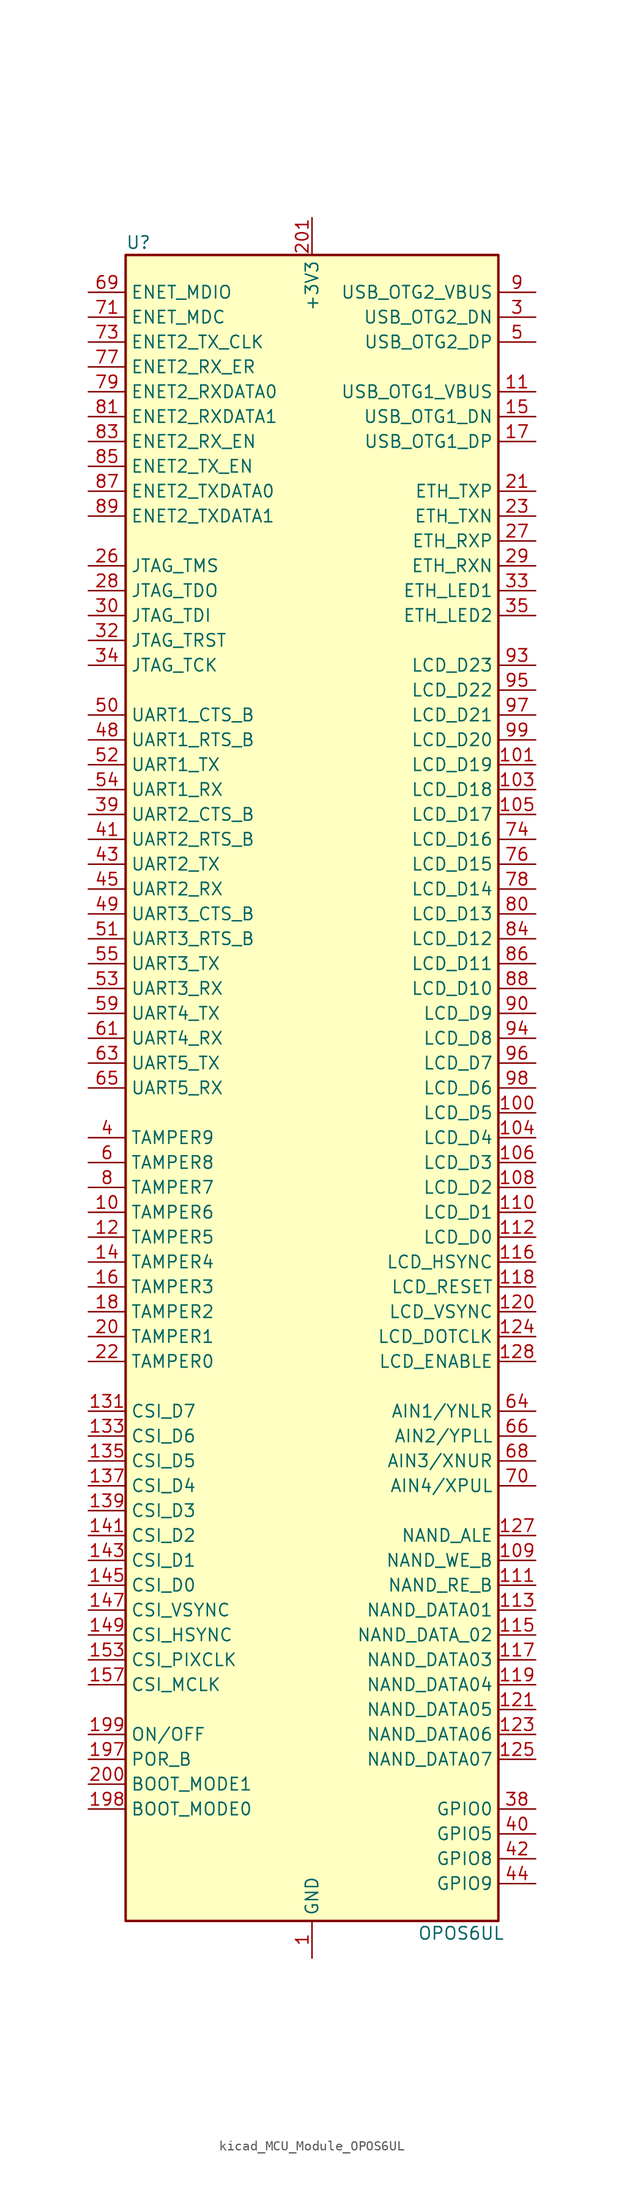
<source format=kicad_sym>
(kicad_symbol_lib
  (version 20220914)
  (generator kicad_symbol_editor)
  (symbol "kicad_MCU_Module_OPOS6UL"
    (property "Reference" "U"
      (at -19.05 86.36 0)
      (effects (font (size 1.27 1.27)) (justify left)))
    (property "Value" "OPOS6UL"
      (at 15.24 -86.36 0)
      (effects (font (size 1.27 1.27))))
    (symbol "kicad_MCU_Module_OPOS6UL_1_1"
      (rectangle (start -19.05 85.09) (end 19.05 -85.09) (stroke (width 0.254) (type default)) (fill (type background)))
      (pin power_in line (at 0 -88.9 90) (length 3.81) (name "GND" (effects (font (size 1.27 1.27)))) (number "1" (effects (font (size 1.27 1.27)))))
      (pin bidirectional line (at -22.86 -12.7 0) (length 3.81) (name "TAMPER6" (effects (font (size 1.27 1.27)))) (number "10" (effects (font (size 1.27 1.27)))))
      (pin bidirectional line (at 22.86 -2.54 180) (length 3.81) (name "LCD_D5" (effects (font (size 1.27 1.27)))) (number "100" (effects (font (size 1.27 1.27)))))
      (pin bidirectional line (at 22.86 33.02 180) (length 3.81) (name "LCD_D19" (effects (font (size 1.27 1.27)))) (number "101" (effects (font (size 1.27 1.27)))))
      (pin passive line (at 0 -88.9 90) (length 3.81) hide (name "GND" (effects (font (size 1.27 1.27)))) (number "102" (effects (font (size 1.27 1.27)))))
      (pin bidirectional line (at 22.86 30.48 180) (length 3.81) (name "LCD_D18" (effects (font (size 1.27 1.27)))) (number "103" (effects (font (size 1.27 1.27)))))
      (pin bidirectional line (at 22.86 -5.08 180) (length 3.81) (name "LCD_D4" (effects (font (size 1.27 1.27)))) (number "104" (effects (font (size 1.27 1.27)))))
      (pin bidirectional line (at 22.86 27.94 180) (length 3.81) (name "LCD_D17" (effects (font (size 1.27 1.27)))) (number "105" (effects (font (size 1.27 1.27)))))
      (pin bidirectional line (at 22.86 -7.62 180) (length 3.81) (name "LCD_D3" (effects (font (size 1.27 1.27)))) (number "106" (effects (font (size 1.27 1.27)))))
      (pin passive line (at 0 -88.9 90) (length 3.81) hide (name "GND" (effects (font (size 1.27 1.27)))) (number "107" (effects (font (size 1.27 1.27)))))
      (pin bidirectional line (at 22.86 -10.16 180) (length 3.81) (name "LCD_D2" (effects (font (size 1.27 1.27)))) (number "108" (effects (font (size 1.27 1.27)))))
      (pin bidirectional line (at 22.86 -48.26 180) (length 3.81) (name "NAND_WE_B" (effects (font (size 1.27 1.27)))) (number "109" (effects (font (size 1.27 1.27)))))
      (pin power_in line (at 22.86 71.12 180) (length 3.81) (name "USB_OTG1_VBUS" (effects (font (size 1.27 1.27)))) (number "11" (effects (font (size 1.27 1.27)))))
      (pin bidirectional line (at 22.86 -12.7 180) (length 3.81) (name "LCD_D1" (effects (font (size 1.27 1.27)))) (number "110" (effects (font (size 1.27 1.27)))))
      (pin bidirectional line (at 22.86 -50.8 180) (length 3.81) (name "NAND_RE_B" (effects (font (size 1.27 1.27)))) (number "111" (effects (font (size 1.27 1.27)))))
      (pin bidirectional line (at 22.86 -15.24 180) (length 3.81) (name "LCD_D0" (effects (font (size 1.27 1.27)))) (number "112" (effects (font (size 1.27 1.27)))))
      (pin bidirectional line (at 22.86 -53.34 180) (length 3.81) (name "NAND_DATA01" (effects (font (size 1.27 1.27)))) (number "113" (effects (font (size 1.27 1.27)))))
      (pin passive line (at 0 -88.9 90) (length 3.81) hide (name "GND" (effects (font (size 1.27 1.27)))) (number "114" (effects (font (size 1.27 1.27)))))
      (pin bidirectional line (at 22.86 -55.88 180) (length 3.81) (name "NAND_DATA_02" (effects (font (size 1.27 1.27)))) (number "115" (effects (font (size 1.27 1.27)))))
      (pin bidirectional line (at 22.86 -17.78 180) (length 3.81) (name "LCD_HSYNC" (effects (font (size 1.27 1.27)))) (number "116" (effects (font (size 1.27 1.27)))))
      (pin bidirectional line (at 22.86 -58.42 180) (length 3.81) (name "NAND_DATA03" (effects (font (size 1.27 1.27)))) (number "117" (effects (font (size 1.27 1.27)))))
      (pin bidirectional line (at 22.86 -20.32 180) (length 3.81) (name "LCD_RESET" (effects (font (size 1.27 1.27)))) (number "118" (effects (font (size 1.27 1.27)))))
      (pin bidirectional line (at 22.86 -60.96 180) (length 3.81) (name "NAND_DATA04" (effects (font (size 1.27 1.27)))) (number "119" (effects (font (size 1.27 1.27)))))
      (pin bidirectional line (at -22.86 -15.24 0) (length 3.81) (name "TAMPER5" (effects (font (size 1.27 1.27)))) (number "12" (effects (font (size 1.27 1.27)))))
      (pin bidirectional line (at 22.86 -22.86 180) (length 3.81) (name "LCD_VSYNC" (effects (font (size 1.27 1.27)))) (number "120" (effects (font (size 1.27 1.27)))))
      (pin bidirectional line (at 22.86 -63.5 180) (length 3.81) (name "NAND_DATA05" (effects (font (size 1.27 1.27)))) (number "121" (effects (font (size 1.27 1.27)))))
      (pin passive line (at 0 -88.9 90) (length 3.81) hide (name "GND" (effects (font (size 1.27 1.27)))) (number "122" (effects (font (size 1.27 1.27)))))
      (pin bidirectional line (at 22.86 -66.04 180) (length 3.81) (name "NAND_DATA06" (effects (font (size 1.27 1.27)))) (number "123" (effects (font (size 1.27 1.27)))))
      (pin bidirectional line (at 22.86 -25.4 180) (length 3.81) (name "LCD_DOTCLK" (effects (font (size 1.27 1.27)))) (number "124" (effects (font (size 1.27 1.27)))))
      (pin bidirectional line (at 22.86 -68.58 180) (length 3.81) (name "NAND_DATA07" (effects (font (size 1.27 1.27)))) (number "125" (effects (font (size 1.27 1.27)))))
      (pin passive line (at 0 -88.9 90) (length 3.81) hide (name "GND" (effects (font (size 1.27 1.27)))) (number "126" (effects (font (size 1.27 1.27)))))
      (pin bidirectional line (at 22.86 -45.72 180) (length 3.81) (name "NAND_ALE" (effects (font (size 1.27 1.27)))) (number "127" (effects (font (size 1.27 1.27)))))
      (pin bidirectional line (at 22.86 -27.94 180) (length 3.81) (name "LCD_ENABLE" (effects (font (size 1.27 1.27)))) (number "128" (effects (font (size 1.27 1.27)))))
      (pin passive line (at 0 -88.9 90) (length 3.81) hide (name "GND" (effects (font (size 1.27 1.27)))) (number "129" (effects (font (size 1.27 1.27)))))
      (pin passive line (at 0 -88.9 90) (length 3.81) hide (name "GND" (effects (font (size 1.27 1.27)))) (number "13" (effects (font (size 1.27 1.27)))))
      (pin no_connect line (at 0 17.78 0) (length 3.81) hide (name "NC" (effects (font (size 1.27 1.27)))) (number "130" (effects (font (size 1.27 1.27)))))
      (pin bidirectional line (at -22.86 -33.02 0) (length 3.81) (name "CSI_D7" (effects (font (size 1.27 1.27)))) (number "131" (effects (font (size 1.27 1.27)))))
      (pin no_connect line (at 0 15.24 0) (length 3.81) hide (name "NC" (effects (font (size 1.27 1.27)))) (number "132" (effects (font (size 1.27 1.27)))))
      (pin bidirectional line (at -22.86 -35.56 0) (length 3.81) (name "CSI_D6" (effects (font (size 1.27 1.27)))) (number "133" (effects (font (size 1.27 1.27)))))
      (pin no_connect line (at 0 12.7 0) (length 3.81) hide (name "NC" (effects (font (size 1.27 1.27)))) (number "134" (effects (font (size 1.27 1.27)))))
      (pin bidirectional line (at -22.86 -38.1 0) (length 3.81) (name "CSI_D5" (effects (font (size 1.27 1.27)))) (number "135" (effects (font (size 1.27 1.27)))))
      (pin no_connect line (at 0 10.16 0) (length 3.81) hide (name "NC" (effects (font (size 1.27 1.27)))) (number "136" (effects (font (size 1.27 1.27)))))
      (pin bidirectional line (at -22.86 -40.64 0) (length 3.81) (name "CSI_D4" (effects (font (size 1.27 1.27)))) (number "137" (effects (font (size 1.27 1.27)))))
      (pin no_connect line (at 0 7.62 0) (length 3.81) hide (name "NC" (effects (font (size 1.27 1.27)))) (number "138" (effects (font (size 1.27 1.27)))))
      (pin bidirectional line (at -22.86 -43.18 0) (length 3.81) (name "CSI_D3" (effects (font (size 1.27 1.27)))) (number "139" (effects (font (size 1.27 1.27)))))
      (pin bidirectional line (at -22.86 -17.78 0) (length 3.81) (name "TAMPER4" (effects (font (size 1.27 1.27)))) (number "14" (effects (font (size 1.27 1.27)))))
      (pin no_connect line (at 0 5.08 0) (length 3.81) hide (name "NC" (effects (font (size 1.27 1.27)))) (number "140" (effects (font (size 1.27 1.27)))))
      (pin bidirectional line (at -22.86 -45.72 0) (length 3.81) (name "CSI_D2" (effects (font (size 1.27 1.27)))) (number "141" (effects (font (size 1.27 1.27)))))
      (pin no_connect line (at 0 2.54 0) (length 3.81) hide (name "NC" (effects (font (size 1.27 1.27)))) (number "142" (effects (font (size 1.27 1.27)))))
      (pin bidirectional line (at -22.86 -48.26 0) (length 3.81) (name "CSI_D1" (effects (font (size 1.27 1.27)))) (number "143" (effects (font (size 1.27 1.27)))))
      (pin no_connect line (at 0 0 0) (length 3.81) hide (name "NC" (effects (font (size 1.27 1.27)))) (number "144" (effects (font (size 1.27 1.27)))))
      (pin bidirectional line (at -22.86 -50.8 0) (length 3.81) (name "CSI_D0" (effects (font (size 1.27 1.27)))) (number "145" (effects (font (size 1.27 1.27)))))
      (pin no_connect line (at 0 -2.54 0) (length 3.81) hide (name "NC" (effects (font (size 1.27 1.27)))) (number "146" (effects (font (size 1.27 1.27)))))
      (pin bidirectional line (at -22.86 -53.34 0) (length 3.81) (name "CSI_VSYNC" (effects (font (size 1.27 1.27)))) (number "147" (effects (font (size 1.27 1.27)))))
      (pin no_connect line (at 0 -5.08 0) (length 3.81) hide (name "NC" (effects (font (size 1.27 1.27)))) (number "148" (effects (font (size 1.27 1.27)))))
      (pin bidirectional line (at -22.86 -55.88 0) (length 3.81) (name "CSI_HSYNC" (effects (font (size 1.27 1.27)))) (number "149" (effects (font (size 1.27 1.27)))))
      (pin bidirectional line (at 22.86 68.58 180) (length 3.81) (name "USB_OTG1_DN" (effects (font (size 1.27 1.27)))) (number "15" (effects (font (size 1.27 1.27)))))
      (pin no_connect line (at 0 -7.62 0) (length 3.81) hide (name "NC" (effects (font (size 1.27 1.27)))) (number "150" (effects (font (size 1.27 1.27)))))
      (pin passive line (at 0 -88.9 90) (length 3.81) hide (name "GND" (effects (font (size 1.27 1.27)))) (number "151" (effects (font (size 1.27 1.27)))))
      (pin no_connect line (at 0 -10.16 0) (length 3.81) hide (name "NC" (effects (font (size 1.27 1.27)))) (number "152" (effects (font (size 1.27 1.27)))))
      (pin bidirectional line (at -22.86 -58.42 0) (length 3.81) (name "CSI_PIXCLK" (effects (font (size 1.27 1.27)))) (number "153" (effects (font (size 1.27 1.27)))))
      (pin no_connect line (at 0 -12.7 0) (length 3.81) hide (name "NC" (effects (font (size 1.27 1.27)))) (number "154" (effects (font (size 1.27 1.27)))))
      (pin passive line (at 0 -88.9 90) (length 3.81) hide (name "GND" (effects (font (size 1.27 1.27)))) (number "155" (effects (font (size 1.27 1.27)))))
      (pin no_connect line (at 0 -15.24 0) (length 3.81) hide (name "NC" (effects (font (size 1.27 1.27)))) (number "156" (effects (font (size 1.27 1.27)))))
      (pin bidirectional line (at -22.86 -60.96 0) (length 3.81) (name "CSI_MCLK" (effects (font (size 1.27 1.27)))) (number "157" (effects (font (size 1.27 1.27)))))
      (pin no_connect line (at 0 -17.78 0) (length 3.81) hide (name "NC" (effects (font (size 1.27 1.27)))) (number "158" (effects (font (size 1.27 1.27)))))
      (pin passive line (at 0 -88.9 90) (length 3.81) hide (name "GND" (effects (font (size 1.27 1.27)))) (number "159" (effects (font (size 1.27 1.27)))))
      (pin bidirectional line (at -22.86 -20.32 0) (length 3.81) (name "TAMPER3" (effects (font (size 1.27 1.27)))) (number "16" (effects (font (size 1.27 1.27)))))
      (pin no_connect line (at 0 -20.32 0) (length 3.81) hide (name "NC" (effects (font (size 1.27 1.27)))) (number "160" (effects (font (size 1.27 1.27)))))
      (pin no_connect line (at 0 68.58 0) (length 3.81) hide (name "NC" (effects (font (size 1.27 1.27)))) (number "161" (effects (font (size 1.27 1.27)))))
      (pin no_connect line (at 0 -22.86 0) (length 3.81) hide (name "NC" (effects (font (size 1.27 1.27)))) (number "162" (effects (font (size 1.27 1.27)))))
      (pin no_connect line (at 0 66.04 0) (length 3.81) hide (name "NC" (effects (font (size 1.27 1.27)))) (number "163" (effects (font (size 1.27 1.27)))))
      (pin no_connect line (at 0 -25.4 0) (length 3.81) hide (name "NC" (effects (font (size 1.27 1.27)))) (number "164" (effects (font (size 1.27 1.27)))))
      (pin no_connect line (at 0 63.5 0) (length 3.81) hide (name "NC" (effects (font (size 1.27 1.27)))) (number "165" (effects (font (size 1.27 1.27)))))
      (pin no_connect line (at 0 -27.94 0) (length 3.81) hide (name "NC" (effects (font (size 1.27 1.27)))) (number "166" (effects (font (size 1.27 1.27)))))
      (pin no_connect line (at 0 60.96 0) (length 3.81) hide (name "NC" (effects (font (size 1.27 1.27)))) (number "167" (effects (font (size 1.27 1.27)))))
      (pin no_connect line (at 0 -30.48 0) (length 3.81) hide (name "NC" (effects (font (size 1.27 1.27)))) (number "168" (effects (font (size 1.27 1.27)))))
      (pin no_connect line (at 0 58.42 0) (length 3.81) hide (name "NC" (effects (font (size 1.27 1.27)))) (number "169" (effects (font (size 1.27 1.27)))))
      (pin bidirectional line (at 22.86 66.04 180) (length 3.81) (name "USB_OTG1_DP" (effects (font (size 1.27 1.27)))) (number "17" (effects (font (size 1.27 1.27)))))
      (pin no_connect line (at 0 -33.02 0) (length 3.81) hide (name "NC" (effects (font (size 1.27 1.27)))) (number "170" (effects (font (size 1.27 1.27)))))
      (pin no_connect line (at 0 55.88 0) (length 3.81) hide (name "NC" (effects (font (size 1.27 1.27)))) (number "171" (effects (font (size 1.27 1.27)))))
      (pin no_connect line (at 0 -35.56 0) (length 3.81) hide (name "NC" (effects (font (size 1.27 1.27)))) (number "172" (effects (font (size 1.27 1.27)))))
      (pin no_connect line (at 0 53.34 0) (length 3.81) hide (name "NC" (effects (font (size 1.27 1.27)))) (number "173" (effects (font (size 1.27 1.27)))))
      (pin no_connect line (at 0 -38.1 0) (length 3.81) hide (name "NC" (effects (font (size 1.27 1.27)))) (number "174" (effects (font (size 1.27 1.27)))))
      (pin no_connect line (at 0 50.8 0) (length 3.81) hide (name "NC" (effects (font (size 1.27 1.27)))) (number "175" (effects (font (size 1.27 1.27)))))
      (pin no_connect line (at 0 -40.64 0) (length 3.81) hide (name "NC" (effects (font (size 1.27 1.27)))) (number "176" (effects (font (size 1.27 1.27)))))
      (pin no_connect line (at 0 48.26 0) (length 3.81) hide (name "NC" (effects (font (size 1.27 1.27)))) (number "177" (effects (font (size 1.27 1.27)))))
      (pin no_connect line (at 0 -43.18 0) (length 3.81) hide (name "NC" (effects (font (size 1.27 1.27)))) (number "178" (effects (font (size 1.27 1.27)))))
      (pin no_connect line (at 0 45.72 0) (length 3.81) hide (name "NC" (effects (font (size 1.27 1.27)))) (number "179" (effects (font (size 1.27 1.27)))))
      (pin bidirectional line (at -22.86 -22.86 0) (length 3.81) (name "TAMPER2" (effects (font (size 1.27 1.27)))) (number "18" (effects (font (size 1.27 1.27)))))
      (pin no_connect line (at 0 -45.72 0) (length 3.81) hide (name "NC" (effects (font (size 1.27 1.27)))) (number "180" (effects (font (size 1.27 1.27)))))
      (pin no_connect line (at 0 43.18 0) (length 3.81) hide (name "NC" (effects (font (size 1.27 1.27)))) (number "181" (effects (font (size 1.27 1.27)))))
      (pin no_connect line (at 0 -48.26 0) (length 3.81) hide (name "NC" (effects (font (size 1.27 1.27)))) (number "182" (effects (font (size 1.27 1.27)))))
      (pin no_connect line (at 0 40.64 0) (length 3.81) hide (name "NC" (effects (font (size 1.27 1.27)))) (number "183" (effects (font (size 1.27 1.27)))))
      (pin no_connect line (at 0 -50.8 0) (length 3.81) hide (name "NC" (effects (font (size 1.27 1.27)))) (number "184" (effects (font (size 1.27 1.27)))))
      (pin no_connect line (at 0 38.1 0) (length 3.81) hide (name "NC" (effects (font (size 1.27 1.27)))) (number "185" (effects (font (size 1.27 1.27)))))
      (pin no_connect line (at 0 -53.34 0) (length 3.81) hide (name "NC" (effects (font (size 1.27 1.27)))) (number "186" (effects (font (size 1.27 1.27)))))
      (pin no_connect line (at 0 35.56 0) (length 3.81) hide (name "NC" (effects (font (size 1.27 1.27)))) (number "187" (effects (font (size 1.27 1.27)))))
      (pin no_connect line (at 0 -55.88 0) (length 3.81) hide (name "NC" (effects (font (size 1.27 1.27)))) (number "188" (effects (font (size 1.27 1.27)))))
      (pin no_connect line (at 0 33.02 0) (length 3.81) hide (name "NC" (effects (font (size 1.27 1.27)))) (number "189" (effects (font (size 1.27 1.27)))))
      (pin passive line (at 0 -88.9 90) (length 3.81) hide (name "GND" (effects (font (size 1.27 1.27)))) (number "19" (effects (font (size 1.27 1.27)))))
      (pin no_connect line (at 0 -58.42 0) (length 3.81) hide (name "NC" (effects (font (size 1.27 1.27)))) (number "190" (effects (font (size 1.27 1.27)))))
      (pin no_connect line (at 0 30.48 0) (length 3.81) hide (name "NC" (effects (font (size 1.27 1.27)))) (number "191" (effects (font (size 1.27 1.27)))))
      (pin no_connect line (at 0 -60.96 0) (length 3.81) hide (name "NC" (effects (font (size 1.27 1.27)))) (number "192" (effects (font (size 1.27 1.27)))))
      (pin no_connect line (at 0 27.94 0) (length 3.81) hide (name "NC" (effects (font (size 1.27 1.27)))) (number "193" (effects (font (size 1.27 1.27)))))
      (pin no_connect line (at 0 -63.5 0) (length 3.81) hide (name "NC" (effects (font (size 1.27 1.27)))) (number "194" (effects (font (size 1.27 1.27)))))
      (pin no_connect line (at 0 25.4 0) (length 3.81) hide (name "NC" (effects (font (size 1.27 1.27)))) (number "195" (effects (font (size 1.27 1.27)))))
      (pin no_connect line (at 0 -66.04 0) (length 3.81) hide (name "NC" (effects (font (size 1.27 1.27)))) (number "196" (effects (font (size 1.27 1.27)))))
      (pin input line (at -22.86 -68.58 0) (length 3.81) (name "POR_B" (effects (font (size 1.27 1.27)))) (number "197" (effects (font (size 1.27 1.27)))))
      (pin input line (at -22.86 -73.66 0) (length 3.81) (name "BOOT_MODE0" (effects (font (size 1.27 1.27)))) (number "198" (effects (font (size 1.27 1.27)))))
      (pin input line (at -22.86 -66.04 0) (length 3.81) (name "ON/OFF" (effects (font (size 1.27 1.27)))) (number "199" (effects (font (size 1.27 1.27)))))
      (pin passive line (at 0 -88.9 90) (length 3.81) hide (name "GND" (effects (font (size 1.27 1.27)))) (number "2" (effects (font (size 1.27 1.27)))))
      (pin bidirectional line (at -22.86 -25.4 0) (length 3.81) (name "TAMPER1" (effects (font (size 1.27 1.27)))) (number "20" (effects (font (size 1.27 1.27)))))
      (pin input line (at -22.86 -71.12 0) (length 3.81) (name "BOOT_MODE1" (effects (font (size 1.27 1.27)))) (number "200" (effects (font (size 1.27 1.27)))))
      (pin power_in line (at 0 88.9 270) (length 3.81) (name "+3V3" (effects (font (size 1.27 1.27)))) (number "201" (effects (font (size 1.27 1.27)))))
      (pin passive line (at 0 88.9 270) (length 3.81) hide (name "+3V3" (effects (font (size 1.27 1.27)))) (number "202" (effects (font (size 1.27 1.27)))))
      (pin passive line (at 0 88.9 270) (length 3.81) hide (name "+3V3" (effects (font (size 1.27 1.27)))) (number "203" (effects (font (size 1.27 1.27)))))
      (pin passive line (at 0 88.9 270) (length 3.81) hide (name "+3V3" (effects (font (size 1.27 1.27)))) (number "204" (effects (font (size 1.27 1.27)))))
      (pin bidirectional line (at 22.86 60.96 180) (length 3.81) (name "ETH_TXP" (effects (font (size 1.27 1.27)))) (number "21" (effects (font (size 1.27 1.27)))))
      (pin bidirectional line (at -22.86 -27.94 0) (length 3.81) (name "TAMPER0" (effects (font (size 1.27 1.27)))) (number "22" (effects (font (size 1.27 1.27)))))
      (pin bidirectional line (at 22.86 58.42 180) (length 3.81) (name "ETH_TXN" (effects (font (size 1.27 1.27)))) (number "23" (effects (font (size 1.27 1.27)))))
      (pin passive line (at 0 -88.9 90) (length 3.81) hide (name "GND" (effects (font (size 1.27 1.27)))) (number "24" (effects (font (size 1.27 1.27)))))
      (pin passive line (at 0 -88.9 90) (length 3.81) hide (name "GND" (effects (font (size 1.27 1.27)))) (number "25" (effects (font (size 1.27 1.27)))))
      (pin bidirectional line (at -22.86 53.34 0) (length 3.81) (name "JTAG_TMS" (effects (font (size 1.27 1.27)))) (number "26" (effects (font (size 1.27 1.27)))))
      (pin bidirectional line (at 22.86 55.88 180) (length 3.81) (name "ETH_RXP" (effects (font (size 1.27 1.27)))) (number "27" (effects (font (size 1.27 1.27)))))
      (pin bidirectional line (at -22.86 50.8 0) (length 3.81) (name "JTAG_TDO" (effects (font (size 1.27 1.27)))) (number "28" (effects (font (size 1.27 1.27)))))
      (pin bidirectional line (at 22.86 53.34 180) (length 3.81) (name "ETH_RXN" (effects (font (size 1.27 1.27)))) (number "29" (effects (font (size 1.27 1.27)))))
      (pin bidirectional line (at 22.86 78.74 180) (length 3.81) (name "USB_OTG2_DN" (effects (font (size 1.27 1.27)))) (number "3" (effects (font (size 1.27 1.27)))))
      (pin bidirectional line (at -22.86 48.26 0) (length 3.81) (name "JTAG_TDI" (effects (font (size 1.27 1.27)))) (number "30" (effects (font (size 1.27 1.27)))))
      (pin passive line (at 0 -88.9 90) (length 3.81) hide (name "GND" (effects (font (size 1.27 1.27)))) (number "31" (effects (font (size 1.27 1.27)))))
      (pin bidirectional line (at -22.86 45.72 0) (length 3.81) (name "JTAG_TRST" (effects (font (size 1.27 1.27)))) (number "32" (effects (font (size 1.27 1.27)))))
      (pin output line (at 22.86 50.8 180) (length 3.81) (name "ETH_LED1" (effects (font (size 1.27 1.27)))) (number "33" (effects (font (size 1.27 1.27)))))
      (pin bidirectional line (at -22.86 43.18 0) (length 3.81) (name "JTAG_TCK" (effects (font (size 1.27 1.27)))) (number "34" (effects (font (size 1.27 1.27)))))
      (pin output line (at 22.86 48.26 180) (length 3.81) (name "ETH_LED2" (effects (font (size 1.27 1.27)))) (number "35" (effects (font (size 1.27 1.27)))))
      (pin passive line (at 0 -88.9 90) (length 3.81) hide (name "GND" (effects (font (size 1.27 1.27)))) (number "36" (effects (font (size 1.27 1.27)))))
      (pin passive line (at 0 -88.9 90) (length 3.81) hide (name "GND" (effects (font (size 1.27 1.27)))) (number "37" (effects (font (size 1.27 1.27)))))
      (pin bidirectional line (at 22.86 -73.66 180) (length 3.81) (name "GPIO0" (effects (font (size 1.27 1.27)))) (number "38" (effects (font (size 1.27 1.27)))))
      (pin bidirectional line (at -22.86 27.94 0) (length 3.81) (name "UART2_CTS_B" (effects (font (size 1.27 1.27)))) (number "39" (effects (font (size 1.27 1.27)))))
      (pin bidirectional line (at -22.86 -5.08 0) (length 3.81) (name "TAMPER9" (effects (font (size 1.27 1.27)))) (number "4" (effects (font (size 1.27 1.27)))))
      (pin bidirectional line (at 22.86 -76.2 180) (length 3.81) (name "GPIO5" (effects (font (size 1.27 1.27)))) (number "40" (effects (font (size 1.27 1.27)))))
      (pin bidirectional line (at -22.86 25.4 0) (length 3.81) (name "UART2_RTS_B" (effects (font (size 1.27 1.27)))) (number "41" (effects (font (size 1.27 1.27)))))
      (pin bidirectional line (at 22.86 -78.74 180) (length 3.81) (name "GPIO8" (effects (font (size 1.27 1.27)))) (number "42" (effects (font (size 1.27 1.27)))))
      (pin bidirectional line (at -22.86 22.86 0) (length 3.81) (name "UART2_TX" (effects (font (size 1.27 1.27)))) (number "43" (effects (font (size 1.27 1.27)))))
      (pin bidirectional line (at 22.86 -81.28 180) (length 3.81) (name "GPIO9" (effects (font (size 1.27 1.27)))) (number "44" (effects (font (size 1.27 1.27)))))
      (pin bidirectional line (at -22.86 20.32 0) (length 3.81) (name "UART2_RX" (effects (font (size 1.27 1.27)))) (number "45" (effects (font (size 1.27 1.27)))))
      (pin passive line (at 0 -88.9 90) (length 3.81) hide (name "GND" (effects (font (size 1.27 1.27)))) (number "46" (effects (font (size 1.27 1.27)))))
      (pin passive line (at 0 -88.9 90) (length 3.81) hide (name "GND" (effects (font (size 1.27 1.27)))) (number "47" (effects (font (size 1.27 1.27)))))
      (pin bidirectional line (at -22.86 35.56 0) (length 3.81) (name "UART1_RTS_B" (effects (font (size 1.27 1.27)))) (number "48" (effects (font (size 1.27 1.27)))))
      (pin bidirectional line (at -22.86 17.78 0) (length 3.81) (name "UART3_CTS_B" (effects (font (size 1.27 1.27)))) (number "49" (effects (font (size 1.27 1.27)))))
      (pin bidirectional line (at 22.86 76.2 180) (length 3.81) (name "USB_OTG2_DP" (effects (font (size 1.27 1.27)))) (number "5" (effects (font (size 1.27 1.27)))))
      (pin bidirectional line (at -22.86 38.1 0) (length 3.81) (name "UART1_CTS_B" (effects (font (size 1.27 1.27)))) (number "50" (effects (font (size 1.27 1.27)))))
      (pin bidirectional line (at -22.86 15.24 0) (length 3.81) (name "UART3_RTS_B" (effects (font (size 1.27 1.27)))) (number "51" (effects (font (size 1.27 1.27)))))
      (pin bidirectional line (at -22.86 33.02 0) (length 3.81) (name "UART1_TX" (effects (font (size 1.27 1.27)))) (number "52" (effects (font (size 1.27 1.27)))))
      (pin bidirectional line (at -22.86 10.16 0) (length 3.81) (name "UART3_RX" (effects (font (size 1.27 1.27)))) (number "53" (effects (font (size 1.27 1.27)))))
      (pin bidirectional line (at -22.86 30.48 0) (length 3.81) (name "UART1_RX" (effects (font (size 1.27 1.27)))) (number "54" (effects (font (size 1.27 1.27)))))
      (pin bidirectional line (at -22.86 12.7 0) (length 3.81) (name "UART3_TX" (effects (font (size 1.27 1.27)))) (number "55" (effects (font (size 1.27 1.27)))))
      (pin passive line (at 0 -88.9 90) (length 3.81) hide (name "GND" (effects (font (size 1.27 1.27)))) (number "56" (effects (font (size 1.27 1.27)))))
      (pin passive line (at 0 -88.9 90) (length 3.81) hide (name "GND" (effects (font (size 1.27 1.27)))) (number "57" (effects (font (size 1.27 1.27)))))
      (pin no_connect line (at 0 22.86 0) (length 3.81) hide (name "NC" (effects (font (size 1.27 1.27)))) (number "58" (effects (font (size 1.27 1.27)))))
      (pin bidirectional line (at -22.86 7.62 0) (length 3.81) (name "UART4_TX" (effects (font (size 1.27 1.27)))) (number "59" (effects (font (size 1.27 1.27)))))
      (pin bidirectional line (at -22.86 -7.62 0) (length 3.81) (name "TAMPER8" (effects (font (size 1.27 1.27)))) (number "6" (effects (font (size 1.27 1.27)))))
      (pin no_connect line (at 0 20.32 0) (length 3.81) hide (name "NC" (effects (font (size 1.27 1.27)))) (number "60" (effects (font (size 1.27 1.27)))))
      (pin bidirectional line (at -22.86 5.08 0) (length 3.81) (name "UART4_RX" (effects (font (size 1.27 1.27)))) (number "61" (effects (font (size 1.27 1.27)))))
      (pin passive line (at 0 -88.9 90) (length 3.81) hide (name "GND" (effects (font (size 1.27 1.27)))) (number "62" (effects (font (size 1.27 1.27)))))
      (pin bidirectional line (at -22.86 2.54 0) (length 3.81) (name "UART5_TX" (effects (font (size 1.27 1.27)))) (number "63" (effects (font (size 1.27 1.27)))))
      (pin bidirectional line (at 22.86 -33.02 180) (length 3.81) (name "AIN1/YNLR" (effects (font (size 1.27 1.27)))) (number "64" (effects (font (size 1.27 1.27)))))
      (pin bidirectional line (at -22.86 0 0) (length 3.81) (name "UART5_RX" (effects (font (size 1.27 1.27)))) (number "65" (effects (font (size 1.27 1.27)))))
      (pin bidirectional line (at 22.86 -35.56 180) (length 3.81) (name "AIN2/YPLL" (effects (font (size 1.27 1.27)))) (number "66" (effects (font (size 1.27 1.27)))))
      (pin passive line (at 0 -88.9 90) (length 3.81) hide (name "GND" (effects (font (size 1.27 1.27)))) (number "67" (effects (font (size 1.27 1.27)))))
      (pin bidirectional line (at 22.86 -38.1 180) (length 3.81) (name "AIN3/XNUR" (effects (font (size 1.27 1.27)))) (number "68" (effects (font (size 1.27 1.27)))))
      (pin bidirectional line (at -22.86 81.28 0) (length 3.81) (name "ENET_MDIO" (effects (font (size 1.27 1.27)))) (number "69" (effects (font (size 1.27 1.27)))))
      (pin passive line (at 0 -88.9 90) (length 3.81) hide (name "GND" (effects (font (size 1.27 1.27)))) (number "7" (effects (font (size 1.27 1.27)))))
      (pin bidirectional line (at 22.86 -40.64 180) (length 3.81) (name "AIN4/XPUL" (effects (font (size 1.27 1.27)))) (number "70" (effects (font (size 1.27 1.27)))))
      (pin bidirectional line (at -22.86 78.74 0) (length 3.81) (name "ENET_MDC" (effects (font (size 1.27 1.27)))) (number "71" (effects (font (size 1.27 1.27)))))
      (pin passive line (at 0 -88.9 90) (length 3.81) hide (name "GND" (effects (font (size 1.27 1.27)))) (number "72" (effects (font (size 1.27 1.27)))))
      (pin bidirectional line (at -22.86 76.2 0) (length 3.81) (name "ENET2_TX_CLK" (effects (font (size 1.27 1.27)))) (number "73" (effects (font (size 1.27 1.27)))))
      (pin bidirectional line (at 22.86 25.4 180) (length 3.81) (name "LCD_D16" (effects (font (size 1.27 1.27)))) (number "74" (effects (font (size 1.27 1.27)))))
      (pin passive line (at 0 -88.9 90) (length 3.81) hide (name "GND" (effects (font (size 1.27 1.27)))) (number "75" (effects (font (size 1.27 1.27)))))
      (pin bidirectional line (at 22.86 22.86 180) (length 3.81) (name "LCD_D15" (effects (font (size 1.27 1.27)))) (number "76" (effects (font (size 1.27 1.27)))))
      (pin bidirectional line (at -22.86 73.66 0) (length 3.81) (name "ENET2_RX_ER" (effects (font (size 1.27 1.27)))) (number "77" (effects (font (size 1.27 1.27)))))
      (pin bidirectional line (at 22.86 20.32 180) (length 3.81) (name "LCD_D14" (effects (font (size 1.27 1.27)))) (number "78" (effects (font (size 1.27 1.27)))))
      (pin bidirectional line (at -22.86 71.12 0) (length 3.81) (name "ENET2_RXDATA0" (effects (font (size 1.27 1.27)))) (number "79" (effects (font (size 1.27 1.27)))))
      (pin bidirectional line (at -22.86 -10.16 0) (length 3.81) (name "TAMPER7" (effects (font (size 1.27 1.27)))) (number "8" (effects (font (size 1.27 1.27)))))
      (pin bidirectional line (at 22.86 17.78 180) (length 3.81) (name "LCD_D13" (effects (font (size 1.27 1.27)))) (number "80" (effects (font (size 1.27 1.27)))))
      (pin bidirectional line (at -22.86 68.58 0) (length 3.81) (name "ENET2_RXDATA1" (effects (font (size 1.27 1.27)))) (number "81" (effects (font (size 1.27 1.27)))))
      (pin passive line (at 0 -88.9 90) (length 3.81) hide (name "GND" (effects (font (size 1.27 1.27)))) (number "82" (effects (font (size 1.27 1.27)))))
      (pin bidirectional line (at -22.86 66.04 0) (length 3.81) (name "ENET2_RX_EN" (effects (font (size 1.27 1.27)))) (number "83" (effects (font (size 1.27 1.27)))))
      (pin bidirectional line (at 22.86 15.24 180) (length 3.81) (name "LCD_D12" (effects (font (size 1.27 1.27)))) (number "84" (effects (font (size 1.27 1.27)))))
      (pin bidirectional line (at -22.86 63.5 0) (length 3.81) (name "ENET2_TX_EN" (effects (font (size 1.27 1.27)))) (number "85" (effects (font (size 1.27 1.27)))))
      (pin bidirectional line (at 22.86 12.7 180) (length 3.81) (name "LCD_D11" (effects (font (size 1.27 1.27)))) (number "86" (effects (font (size 1.27 1.27)))))
      (pin bidirectional line (at -22.86 60.96 0) (length 3.81) (name "ENET2_TXDATA0" (effects (font (size 1.27 1.27)))) (number "87" (effects (font (size 1.27 1.27)))))
      (pin bidirectional line (at 22.86 10.16 180) (length 3.81) (name "LCD_D10" (effects (font (size 1.27 1.27)))) (number "88" (effects (font (size 1.27 1.27)))))
      (pin bidirectional line (at -22.86 58.42 0) (length 3.81) (name "ENET2_TXDATA1" (effects (font (size 1.27 1.27)))) (number "89" (effects (font (size 1.27 1.27)))))
      (pin power_in line (at 22.86 81.28 180) (length 3.81) (name "USB_OTG2_VBUS" (effects (font (size 1.27 1.27)))) (number "9" (effects (font (size 1.27 1.27)))))
      (pin bidirectional line (at 22.86 7.62 180) (length 3.81) (name "LCD_D9" (effects (font (size 1.27 1.27)))) (number "90" (effects (font (size 1.27 1.27)))))
      (pin passive line (at 0 -88.9 90) (length 3.81) hide (name "GND" (effects (font (size 1.27 1.27)))) (number "91" (effects (font (size 1.27 1.27)))))
      (pin passive line (at 0 -88.9 90) (length 3.81) hide (name "GND" (effects (font (size 1.27 1.27)))) (number "92" (effects (font (size 1.27 1.27)))))
      (pin bidirectional line (at 22.86 43.18 180) (length 3.81) (name "LCD_D23" (effects (font (size 1.27 1.27)))) (number "93" (effects (font (size 1.27 1.27)))))
      (pin bidirectional line (at 22.86 5.08 180) (length 3.81) (name "LCD_D8" (effects (font (size 1.27 1.27)))) (number "94" (effects (font (size 1.27 1.27)))))
      (pin bidirectional line (at 22.86 40.64 180) (length 3.81) (name "LCD_D22" (effects (font (size 1.27 1.27)))) (number "95" (effects (font (size 1.27 1.27)))))
      (pin bidirectional line (at 22.86 2.54 180) (length 3.81) (name "LCD_D7" (effects (font (size 1.27 1.27)))) (number "96" (effects (font (size 1.27 1.27)))))
      (pin bidirectional line (at 22.86 38.1 180) (length 3.81) (name "LCD_D21" (effects (font (size 1.27 1.27)))) (number "97" (effects (font (size 1.27 1.27)))))
      (pin bidirectional line (at 22.86 0 180) (length 3.81) (name "LCD_D6" (effects (font (size 1.27 1.27)))) (number "98" (effects (font (size 1.27 1.27)))))
      (pin bidirectional line (at 22.86 35.56 180) (length 3.81) (name "LCD_D20" (effects (font (size 1.27 1.27)))) (number "99" (effects (font (size 1.27 1.27))))))))
</source>
